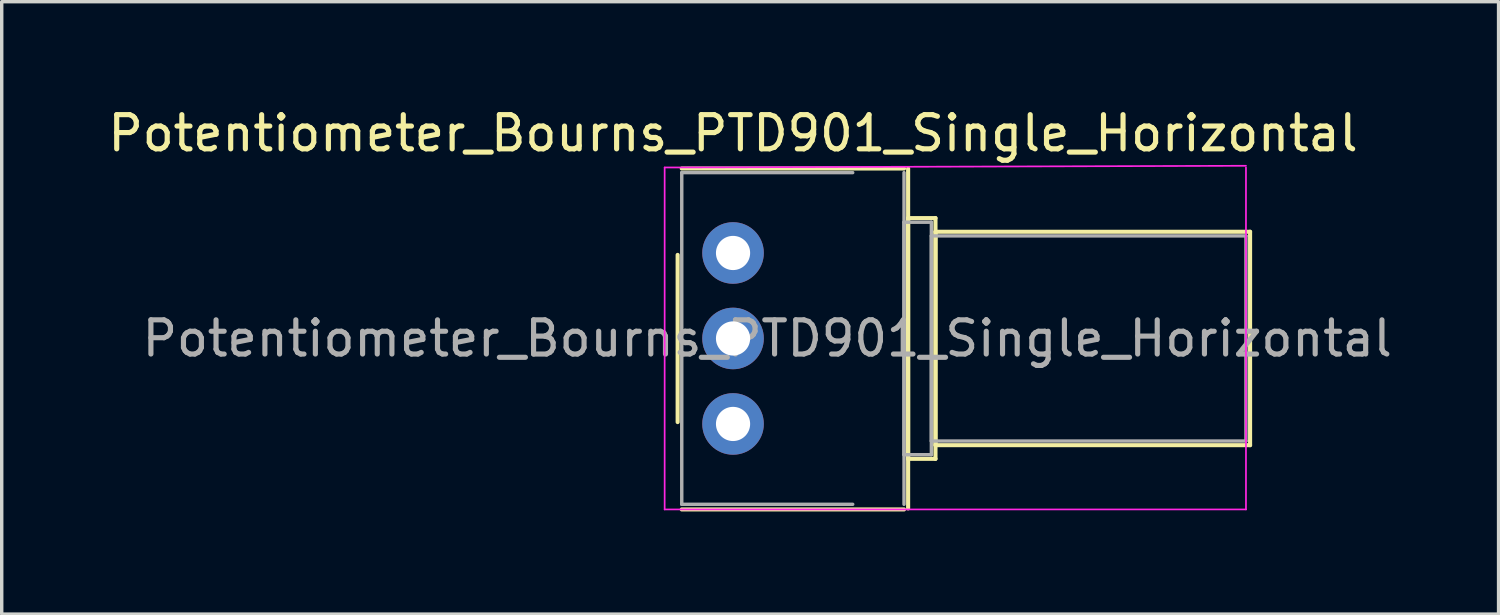
<source format=kicad_pcb>
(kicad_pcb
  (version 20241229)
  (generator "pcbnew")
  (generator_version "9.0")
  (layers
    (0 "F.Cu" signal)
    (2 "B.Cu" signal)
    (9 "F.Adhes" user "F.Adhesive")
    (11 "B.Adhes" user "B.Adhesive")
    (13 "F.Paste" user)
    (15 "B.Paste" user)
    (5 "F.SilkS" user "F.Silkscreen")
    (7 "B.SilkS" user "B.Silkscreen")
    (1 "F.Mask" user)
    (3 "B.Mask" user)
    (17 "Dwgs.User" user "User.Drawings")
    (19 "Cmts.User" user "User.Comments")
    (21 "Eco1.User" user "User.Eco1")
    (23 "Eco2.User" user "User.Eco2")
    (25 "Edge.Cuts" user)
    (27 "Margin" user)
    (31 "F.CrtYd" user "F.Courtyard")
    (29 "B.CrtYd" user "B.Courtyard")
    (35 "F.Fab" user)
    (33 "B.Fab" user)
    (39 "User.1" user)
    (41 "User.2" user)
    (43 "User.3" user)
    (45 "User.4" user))
  (footprint "Potentiometer_Bourns_PTD901_Single_Horizontal"
    (layer "F.Cu")
    (at 18.387 9.348)
    (property "Reference" "Potentiometer_Bourns_PTD901_Single_Horizontal" (at 0 -8.5 0) (layer "F.SilkS") (effects (font (size 1 1) (thickness 0.15))))
    (attr through_hole)
    (fp_line (start -1.62 -4.944) (end -1.62 -0.055) (stroke (width 0.12) (type solid)) (layer "F.SilkS"))
    (fp_line (start -1.5 -7.47) (end 5 -7.47) (stroke (width 0.12) (type solid)) (layer "F.SilkS"))
    (fp_line (start -1.5 2.5) (end 5 2.5) (stroke (width 0.12) (type solid)) (layer "F.SilkS"))
    (fp_line (start 5.12 -7.47) (end 5.12 2.47) (stroke (width 0.12) (type solid)) (layer "F.SilkS"))
    (fp_line (start 5.12 -6.02) (end 5.12 1.02) (stroke (width 0.12) (type solid)) (layer "F.SilkS"))
    (fp_line (start 5.12 -6.02) (end 5.92 -6.02) (stroke (width 0.12) (type solid)) (layer "F.SilkS"))
    (fp_line (start 5.12 1.02) (end 5.92 1.02) (stroke (width 0.12) (type solid)) (layer "F.SilkS"))
    (fp_line (start 5.92 -6.02) (end 5.92 1.02) (stroke (width 0.12) (type solid)) (layer "F.SilkS"))
    (fp_line (start 5.92 -5.62) (end 5.92 0.62) (stroke (width 0.12) (type solid)) (layer "F.SilkS"))
    (fp_line (start 5.92 -5.62) (end 15.12 -5.62) (stroke (width 0.12) (type solid)) (layer "F.SilkS"))
    (fp_line (start 5.92 0.62) (end 15.12 0.62) (stroke (width 0.12) (type solid)) (layer "F.SilkS"))
    (fp_line (start 15.12 -5.62) (end 15.12 0.62) (stroke (width 0.12) (type solid)) (layer "F.SilkS"))
    (fp_line (start -2 -7.5) (end -2 2.5) (stroke (width 0.05) (type solid)) (layer "F.CrtYd"))
    (fp_line (start -2 2.5) (end 15 2.5) (stroke (width 0.05) (type solid)) (layer "F.CrtYd"))
    (fp_line (start 15 -7.55) (end -2 -7.5) (stroke (width 0.05) (type solid)) (layer "F.CrtYd"))
    (fp_line (start 15 2.5) (end 15 -7.5) (stroke (width 0.05) (type solid)) (layer "F.CrtYd"))
    (fp_line (start -1.5 -7.35) (end -1.5 2.35) (stroke (width 0.1) (type solid)) (layer "F.Fab"))
    (fp_line (start -1.5 2.35) (end 3.5 2.35) (stroke (width 0.1) (type solid)) (layer "F.Fab"))
    (fp_line (start 3.5 -7.35) (end -1.5 -7.35) (stroke (width 0.1) (type solid)) (layer "F.Fab"))
    (fp_line (start 5 -5.9) (end 5 0.9) (stroke (width 0.1) (type solid)) (layer "F.Fab"))
    (fp_line (start 5 0.9) (end 5.8 0.9) (stroke (width 0.1) (type solid)) (layer "F.Fab"))
    (fp_line (start 5 2.35) (end 5 -7.35) (stroke (width 0.1) (type solid)) (layer "F.Fab"))
    (fp_line (start 5.8 -5.9) (end 5 -5.9) (stroke (width 0.1) (type solid)) (layer "F.Fab"))
    (fp_line (start 5.8 -5.5) (end 5.8 0.5) (stroke (width 0.1) (type solid)) (layer "F.Fab"))
    (fp_line (start 5.8 0.5) (end 15 0.5) (stroke (width 0.1) (type solid)) (layer "F.Fab"))
    (fp_line (start 5.8 0.9) (end 5.8 -5.9) (stroke (width 0.1) (type solid)) (layer "F.Fab"))
    (fp_line (start 15 -5.5) (end 5.8 -5.5) (stroke (width 0.1) (type solid)) (layer "F.Fab"))
    (fp_line (start 15 0.5) (end 15 -5.5) (stroke (width 0.1) (type solid)) (layer "F.Fab"))
    (fp_text user "${REFERENCE}" (at 1 -2.5 0) (layer "F.Fab") (effects (font (size 1 1) (thickness 0.15))))
    (pad "1" thru_hole circle (at 0 0) (size 1.8 1.8) (drill 1) (layers "*.Cu" "*.Mask"))
    (pad "2" thru_hole circle (at 0 -2.5) (size 1.8 1.8) (drill 1) (layers "*.Cu" "*.Mask"))
    (pad "3" thru_hole circle (at 0 -5) (size 1.8 1.8) (drill 1) (layers "*.Cu" "*.Mask")))
  (gr_rect
    (start -3 -3)
    (end 40.774 14.908)
    (stroke (width 0.1) (type default))
    (fill no)
    (layer "Edge.Cuts")))
</source>
